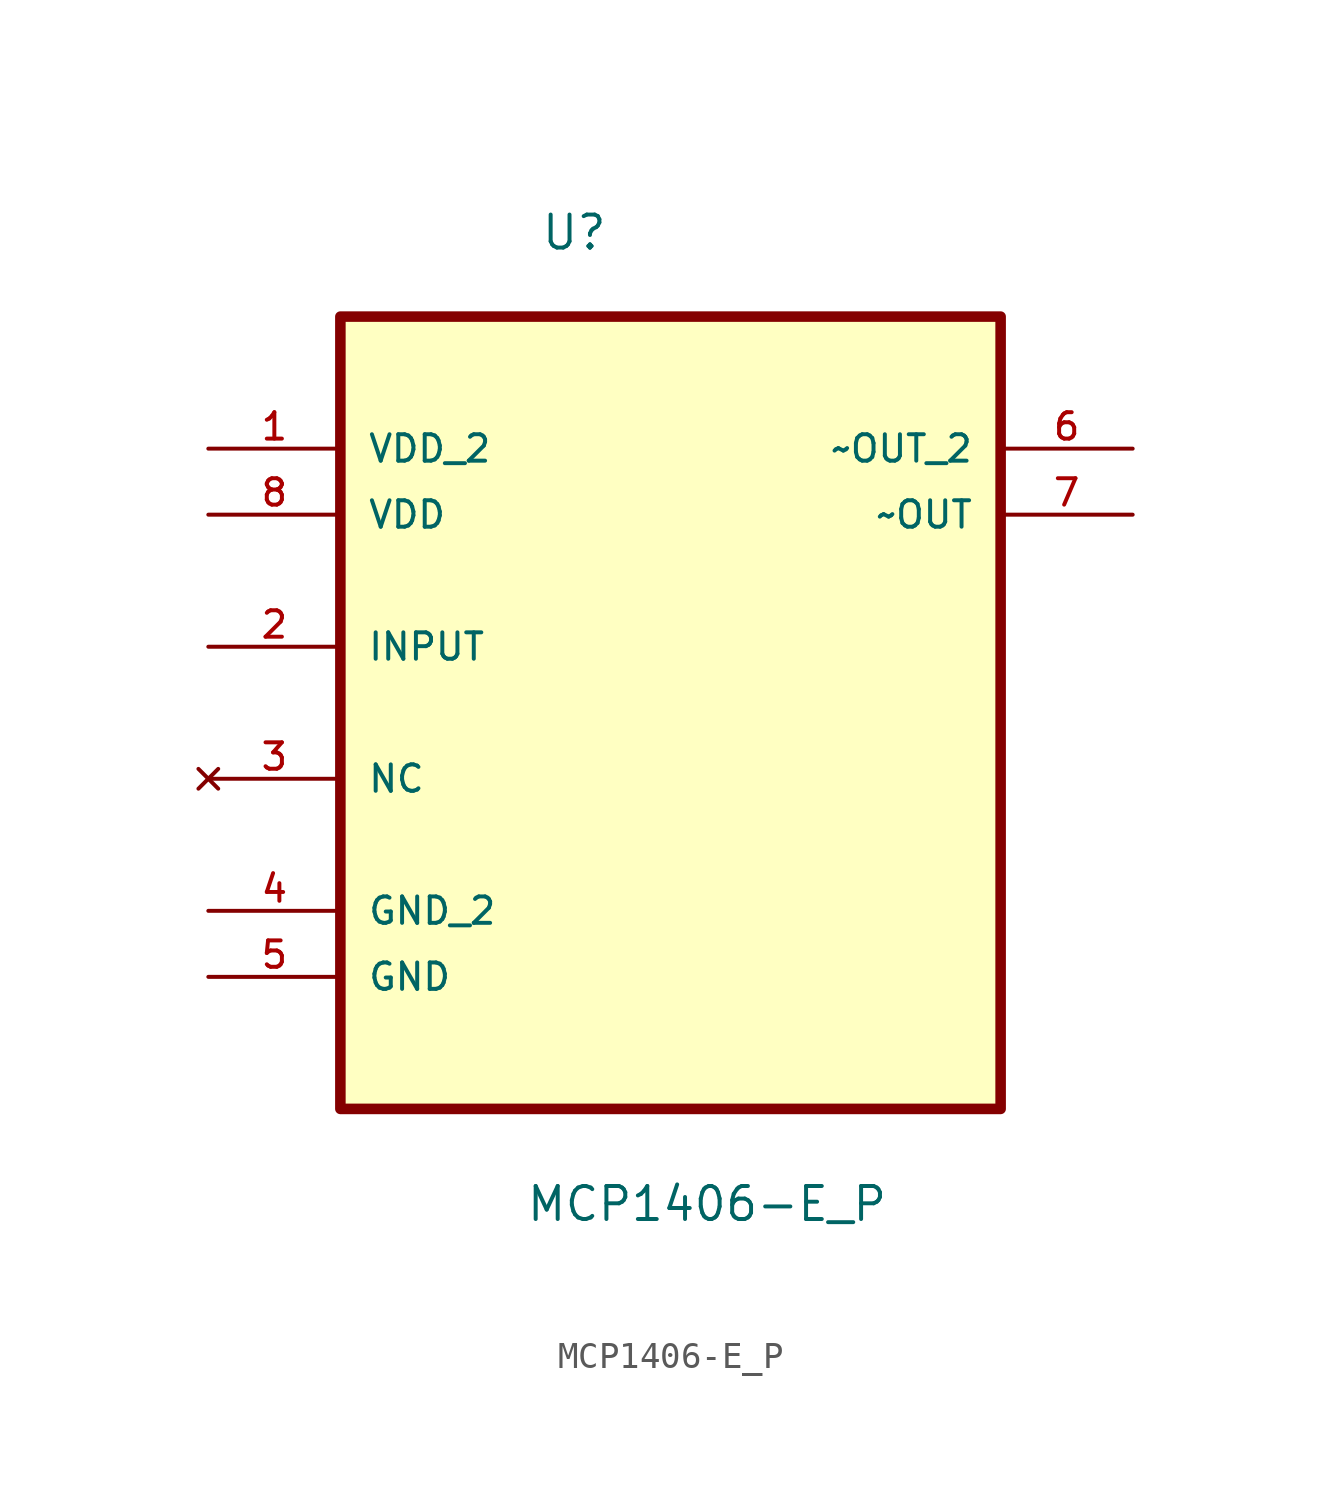
<source format=kicad_sym>
(kicad_symbol_lib
  (version 20211014)
  (generator kicad_symbol_editor)
  (symbol "MCP1406-E_P"
    (pin_names
      (offset 1.016))
    (property "Reference" "U"
      (at -5.013 15.192 0.0)
      (effects (font (size 1.27 1.27)) (justify bottom left)))
    (property "Value" "MCP1406-E_P"
      (at -5.589 -22.179 0.0)
      (effects (font (size 1.27 1.27)) (justify bottom left)))
    (symbol "MCP1406-E_P_0_0"
      (rectangle (start -12.7 -17.78) (end 12.7 12.7) (stroke (width 0.406)) (fill (type background)))
      (pin power_in line (at -17.78 7.62 0) (length 5.08) (name "VDD_2" (effects (font (size 1.016 1.016)))) (number "1" (effects (font (size 1.016 1.016)))))
      (pin power_in line (at -17.78 5.08 0) (length 5.08) (name "VDD" (effects (font (size 1.016 1.016)))) (number "8" (effects (font (size 1.016 1.016)))))
      (pin input line (at -17.78 0.0 0) (length 5.08) (name "INPUT" (effects (font (size 1.016 1.016)))) (number "2" (effects (font (size 1.016 1.016)))))
      (pin no_connect line (at -17.78 -5.08 0) (length 5.08) (name "NC" (effects (font (size 1.016 1.016)))) (number "3" (effects (font (size 1.016 1.016)))))
      (pin passive line (at -17.78 -10.16 0) (length 5.08) (name "GND_2" (effects (font (size 1.016 1.016)))) (number "4" (effects (font (size 1.016 1.016)))))
      (pin passive line (at -17.78 -12.7 0) (length 5.08) (name "GND" (effects (font (size 1.016 1.016)))) (number "5" (effects (font (size 1.016 1.016)))))
      (pin output line (at 17.78 7.62 180.0) (length 5.08) (name "~OUT_2" (effects (font (size 1.016 1.016)))) (number "6" (effects (font (size 1.016 1.016)))))
      (pin output line (at 17.78 5.08 180.0) (length 5.08) (name "~OUT" (effects (font (size 1.016 1.016)))) (number "7" (effects (font (size 1.016 1.016))))))))
</source>
